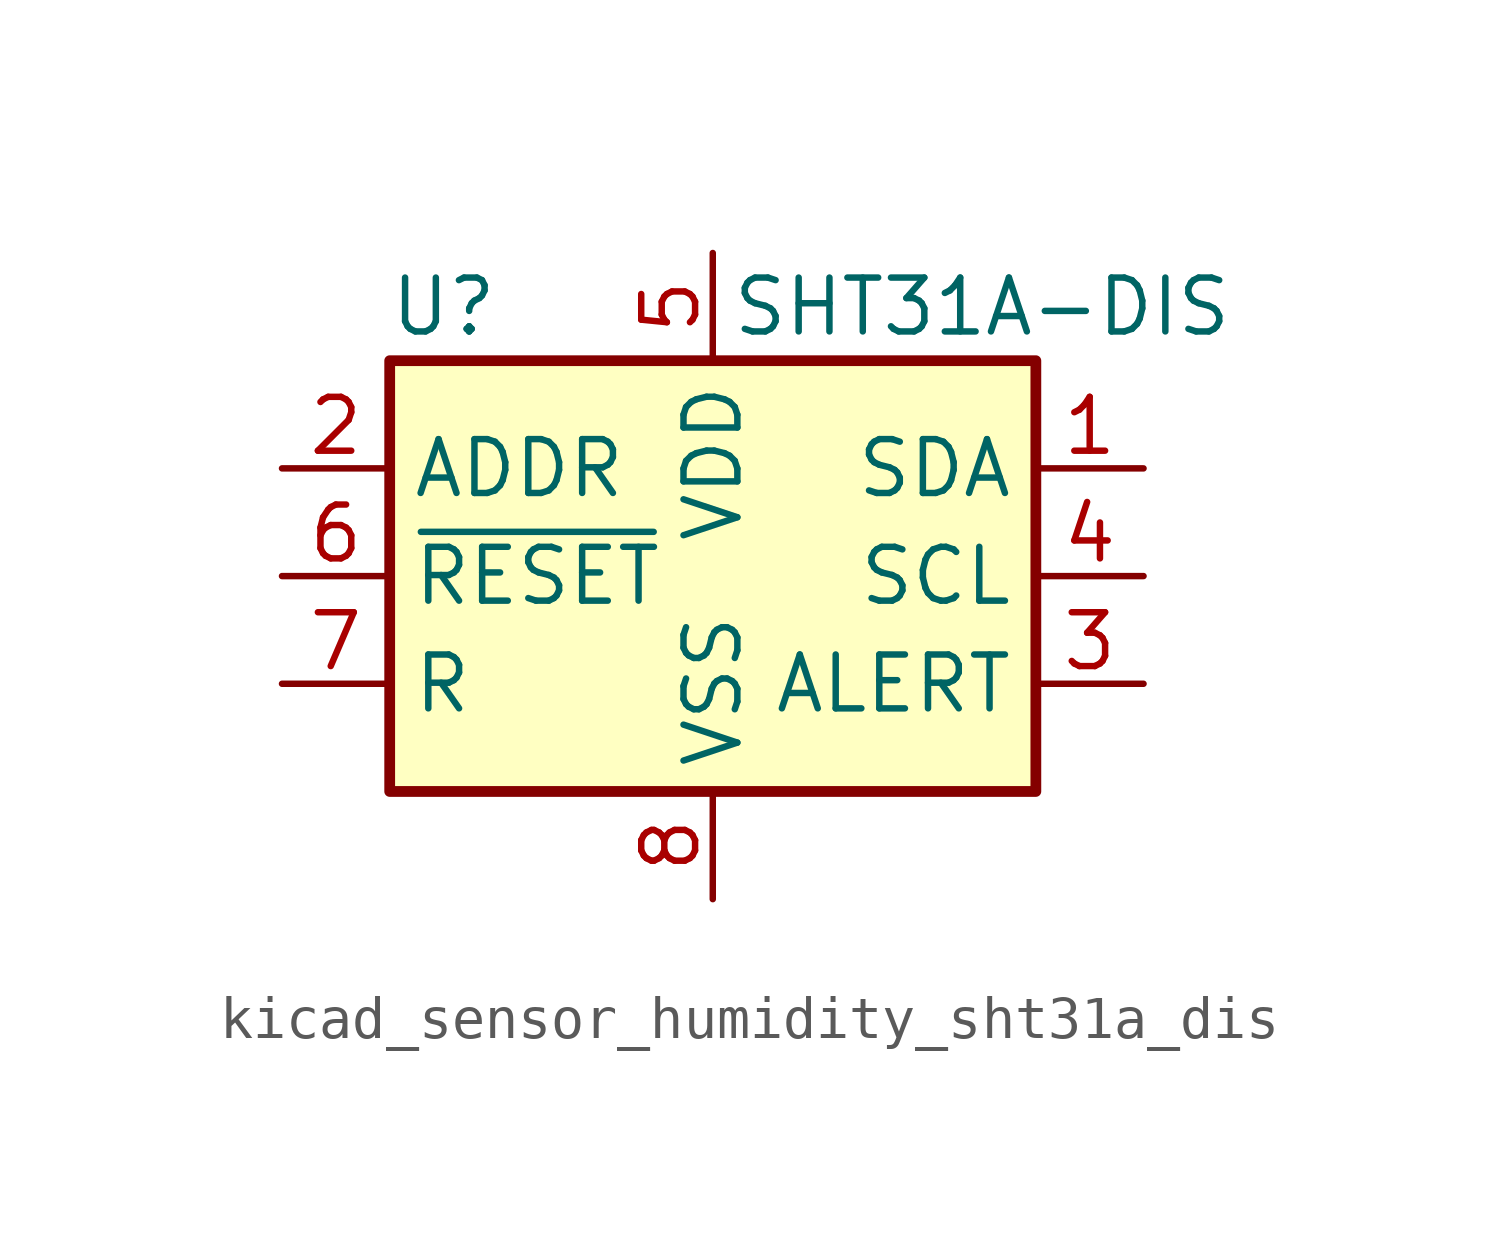
<source format=kicad_sym>
(kicad_symbol_lib
  (version 20220914)
  (generator kicad_symbol_editor)
  (symbol "kicad_sensor_humidity_sht31a_dis"
    (property "Reference" "U"
      (at -6.35 6.35 0)
      (effects (font (size 1.27 1.27))))
    (property "Value" "SHT31A-DIS"
      (at 6.35 6.35 0)
      (effects (font (size 1.27 1.27))))
    (symbol "kicad_sensor_humidity_sht31a_dis_0_1"
      (rectangle (start -7.62 5.08) (end 7.62 -5.08) (stroke (width 0.254) (type default)) (fill (type background))))
    (symbol "kicad_sensor_humidity_sht31a_dis_1_1"
      (pin bidirectional line (at 10.16 2.54 180) (length 2.54) (name "SDA" (effects (font (size 1.27 1.27)))) (number "1" (effects (font (size 1.27 1.27)))))
      (pin input line (at -10.16 2.54 0) (length 2.54) (name "ADDR" (effects (font (size 1.27 1.27)))) (number "2" (effects (font (size 1.27 1.27)))))
      (pin output line (at 10.16 -2.54 180) (length 2.54) (name "ALERT" (effects (font (size 1.27 1.27)))) (number "3" (effects (font (size 1.27 1.27)))))
      (pin input line (at 10.16 0 180) (length 2.54) (name "SCL" (effects (font (size 1.27 1.27)))) (number "4" (effects (font (size 1.27 1.27)))))
      (pin power_in line (at 0 7.62 270) (length 2.54) (name "VDD" (effects (font (size 1.27 1.27)))) (number "5" (effects (font (size 1.27 1.27)))))
      (pin input line (at -10.16 0 0) (length 2.54) (name "~{RESET}" (effects (font (size 1.27 1.27)))) (number "6" (effects (font (size 1.27 1.27)))))
      (pin passive line (at -10.16 -2.54 0) (length 2.54) (name "R" (effects (font (size 1.27 1.27)))) (number "7" (effects (font (size 1.27 1.27)))))
      (pin power_in line (at 0 -7.62 90) (length 2.54) (name "VSS" (effects (font (size 1.27 1.27)))) (number "8" (effects (font (size 1.27 1.27)))))
      (pin passive line (at 0 -7.62 90) (length 2.54) hide (name "VSS" (effects (font (size 1.27 1.27)))) (number "9" (effects (font (size 1.27 1.27))))))))
</source>
